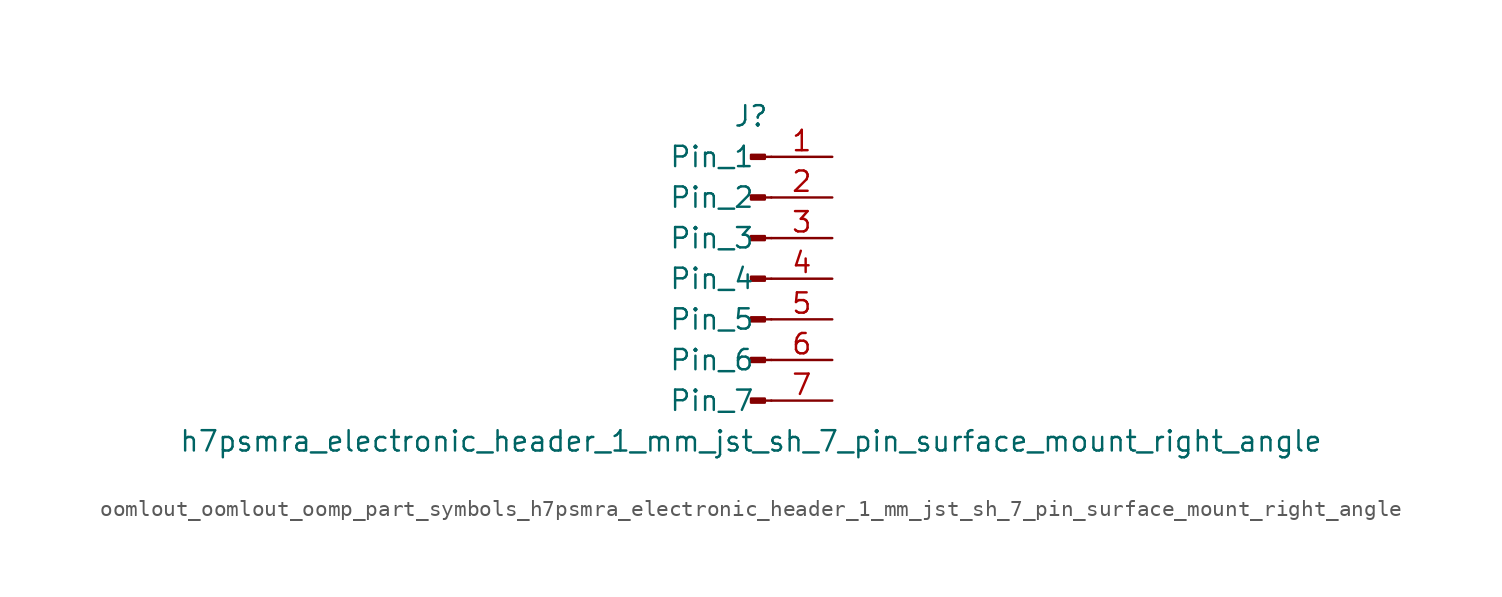
<source format=kicad_sym>
(kicad_symbol_lib
  (version 20220914)
  (generator kicad_symbol_editor)
  (symbol "oomlout_oomlout_oomp_part_symbols_h7psmra_electronic_header_1_mm_jst_sh_7_pin_surface_mount_right_angle"
    (pin_names
      (offset 1.016))
    (property "Reference" "J"
      (at 0 10.16 0)
      (effects (font (size 1.27 1.27))))
    (property "Value" "h7psmra_electronic_header_1_mm_jst_sh_7_pin_surface_mount_right_angle"
      (at 0 -10.16 0)
      (effects (font (size 1.27 1.27))))
    (property "ki_locked" ""
      (at 0 0 0)
      (effects (font (size 1.27 1.27))))
    (symbol "oomlout_oomlout_oomp_part_symbols_h7psmra_electronic_header_1_mm_jst_sh_7_pin_surface_mount_right_angle_1_1"
      (polyline (pts (xy 1.27 -7.62) (xy 0.864 -7.62)) (stroke (width 0.152) (type default)) (fill (type none)))
      (polyline (pts (xy 1.27 -5.08) (xy 0.864 -5.08)) (stroke (width 0.152) (type default)) (fill (type none)))
      (polyline (pts (xy 1.27 -2.54) (xy 0.864 -2.54)) (stroke (width 0.152) (type default)) (fill (type none)))
      (polyline (pts (xy 1.27 0) (xy 0.864 0)) (stroke (width 0.152) (type default)) (fill (type none)))
      (polyline (pts (xy 1.27 2.54) (xy 0.864 2.54)) (stroke (width 0.152) (type default)) (fill (type none)))
      (polyline (pts (xy 1.27 5.08) (xy 0.864 5.08)) (stroke (width 0.152) (type default)) (fill (type none)))
      (polyline (pts (xy 1.27 7.62) (xy 0.864 7.62)) (stroke (width 0.152) (type default)) (fill (type none)))
      (rectangle (start 0.864 -7.493) (end 0 -7.747) (stroke (width 0.152) (type default)) (fill (type outline)))
      (rectangle (start 0.864 -4.953) (end 0 -5.207) (stroke (width 0.152) (type default)) (fill (type outline)))
      (rectangle (start 0.864 -2.413) (end 0 -2.667) (stroke (width 0.152) (type default)) (fill (type outline)))
      (rectangle (start 0.864 0.127) (end 0 -0.127) (stroke (width 0.152) (type default)) (fill (type outline)))
      (rectangle (start 0.864 2.667) (end 0 2.413) (stroke (width 0.152) (type default)) (fill (type outline)))
      (rectangle (start 0.864 5.207) (end 0 4.953) (stroke (width 0.152) (type default)) (fill (type outline)))
      (rectangle (start 0.864 7.747) (end 0 7.493) (stroke (width 0.152) (type default)) (fill (type outline)))
      (pin passive line (at 5.08 7.62 180) (length 3.81) (name "Pin_1" (effects (font (size 1.27 1.27)))) (number "1" (effects (font (size 1.27 1.27)))))
      (pin passive line (at 5.08 5.08 180) (length 3.81) (name "Pin_2" (effects (font (size 1.27 1.27)))) (number "2" (effects (font (size 1.27 1.27)))))
      (pin passive line (at 5.08 2.54 180) (length 3.81) (name "Pin_3" (effects (font (size 1.27 1.27)))) (number "3" (effects (font (size 1.27 1.27)))))
      (pin passive line (at 5.08 0 180) (length 3.81) (name "Pin_4" (effects (font (size 1.27 1.27)))) (number "4" (effects (font (size 1.27 1.27)))))
      (pin passive line (at 5.08 -2.54 180) (length 3.81) (name "Pin_5" (effects (font (size 1.27 1.27)))) (number "5" (effects (font (size 1.27 1.27)))))
      (pin passive line (at 5.08 -5.08 180) (length 3.81) (name "Pin_6" (effects (font (size 1.27 1.27)))) (number "6" (effects (font (size 1.27 1.27)))))
      (pin passive line (at 5.08 -7.62 180) (length 3.81) (name "Pin_7" (effects (font (size 1.27 1.27)))) (number "7" (effects (font (size 1.27 1.27))))))))
</source>
